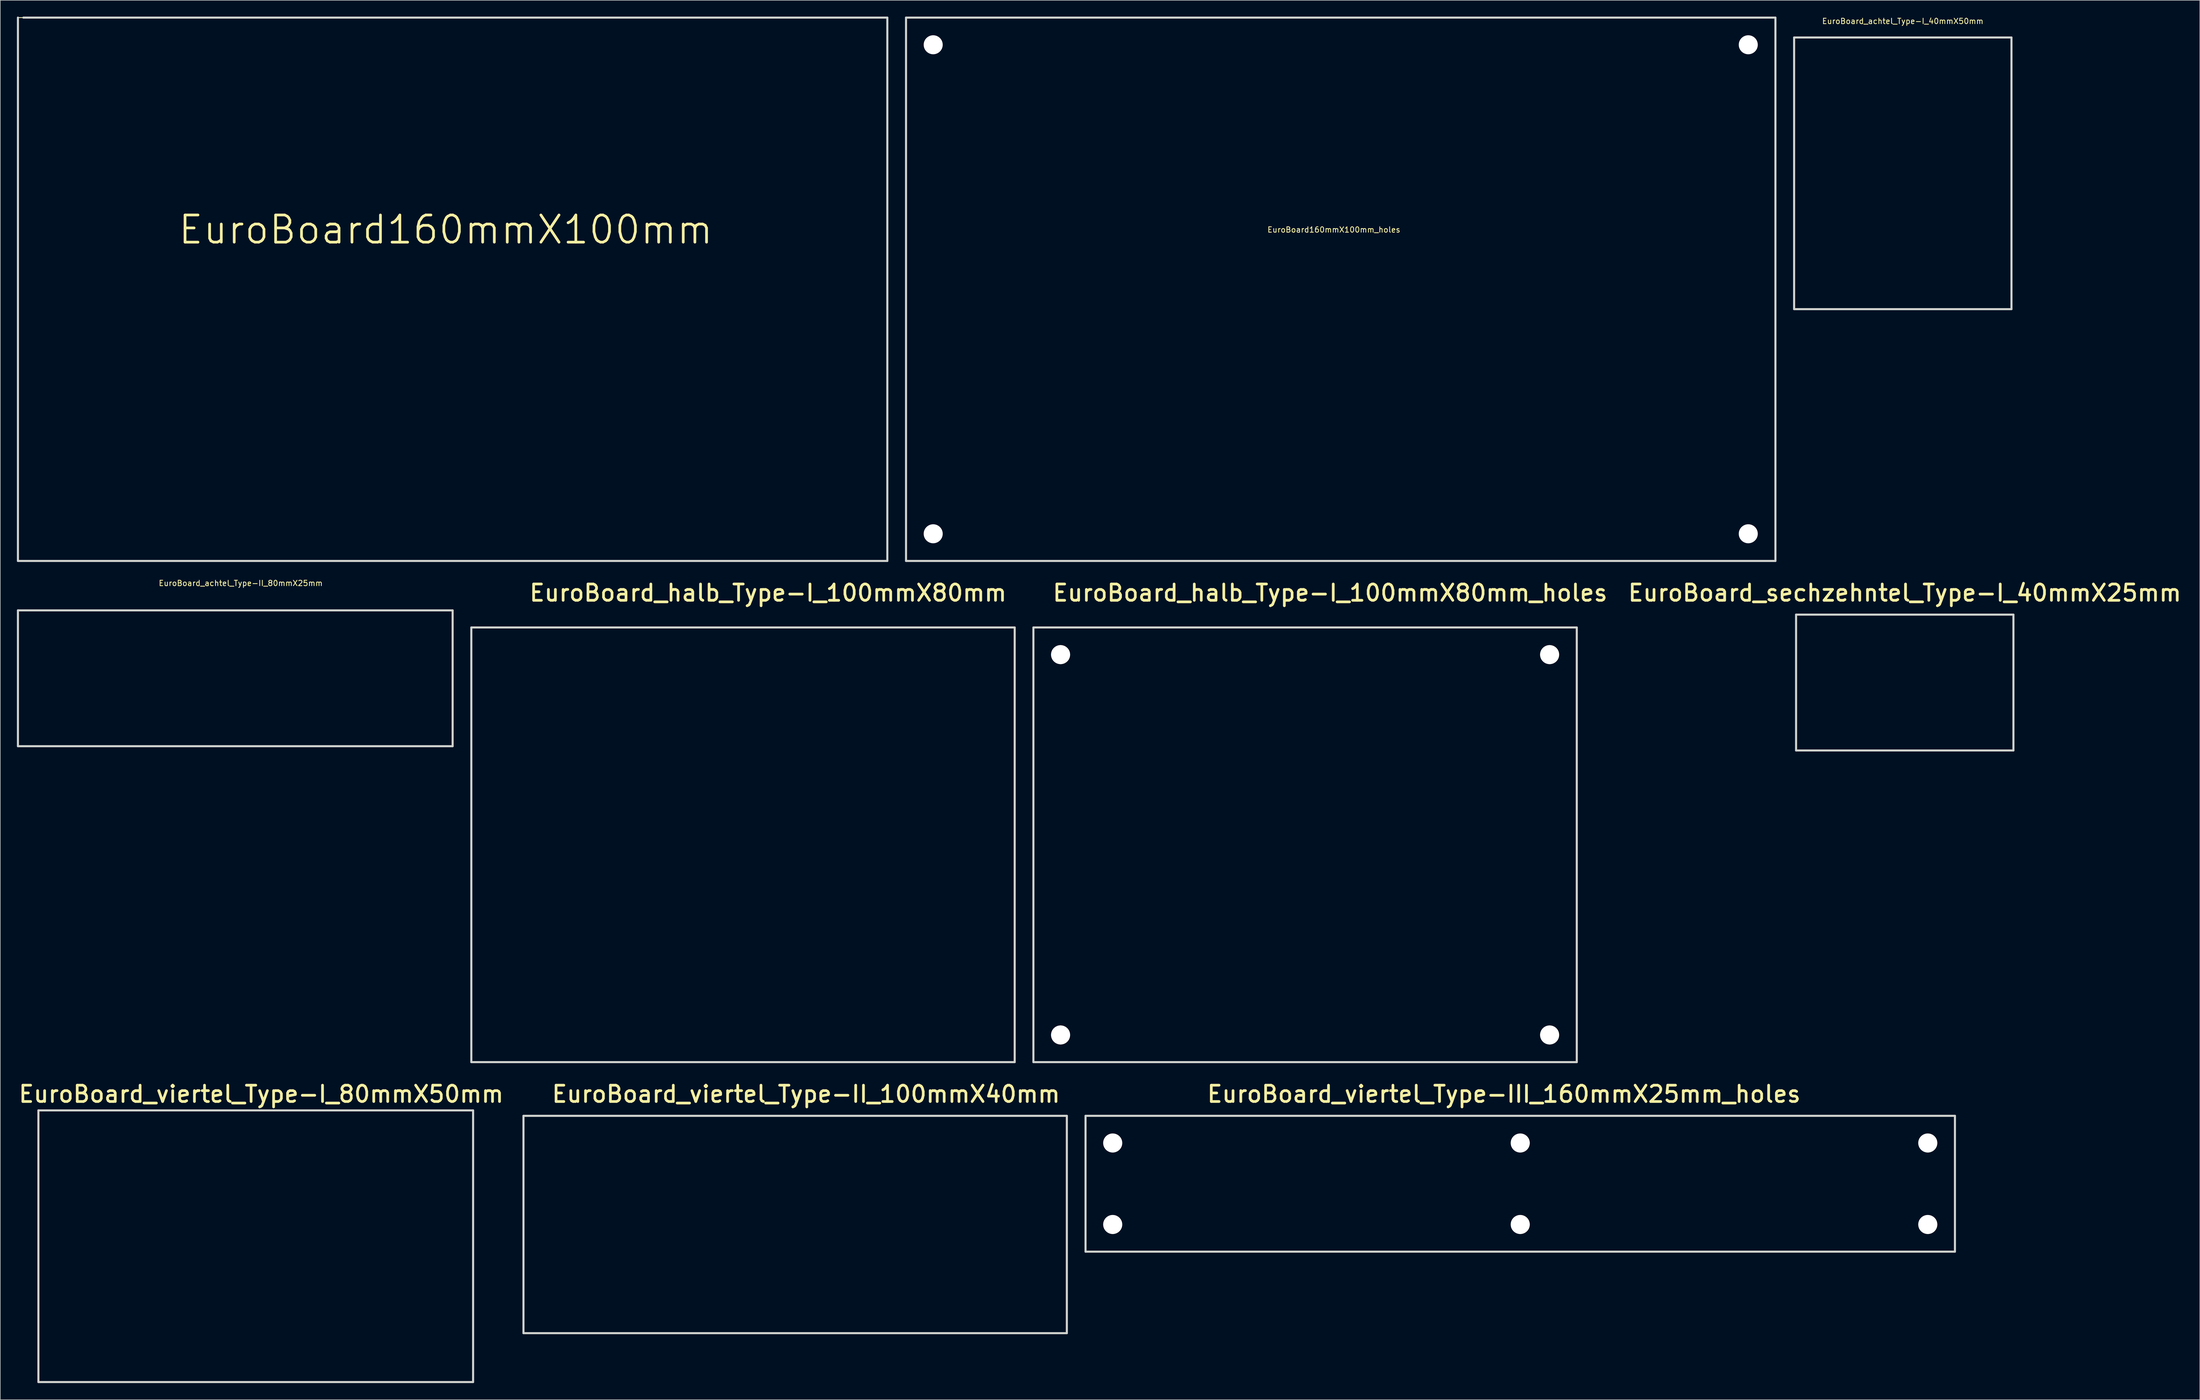
<source format=kicad_pcb>
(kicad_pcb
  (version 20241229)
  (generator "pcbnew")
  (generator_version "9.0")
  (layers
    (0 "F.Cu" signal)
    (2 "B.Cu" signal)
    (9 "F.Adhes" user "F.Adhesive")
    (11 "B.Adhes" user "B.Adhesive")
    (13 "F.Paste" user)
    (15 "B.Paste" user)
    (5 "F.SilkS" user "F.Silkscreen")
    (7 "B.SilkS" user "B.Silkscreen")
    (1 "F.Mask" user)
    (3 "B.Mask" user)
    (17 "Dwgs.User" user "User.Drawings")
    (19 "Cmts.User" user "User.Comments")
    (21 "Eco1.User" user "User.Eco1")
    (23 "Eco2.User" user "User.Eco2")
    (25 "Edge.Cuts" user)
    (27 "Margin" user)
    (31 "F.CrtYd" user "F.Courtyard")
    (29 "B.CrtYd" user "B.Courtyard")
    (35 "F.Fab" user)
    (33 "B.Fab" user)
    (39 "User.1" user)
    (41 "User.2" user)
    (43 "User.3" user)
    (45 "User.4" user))
  (footprint "EuroBoard_viertel_Type-III_160mmX25mm_holes"
    (layer "F.Cu")
    (at 196.727 227.316)
    (property "Reference" "EuroBoard_viertel_Type-III_160mmX25mm_holes" (at 77 -28.999 0) (layer "F.SilkS") (effects (font (size 3 3) (thickness 0.5))))
    (attr through_hole)
    (fp_line (start 0 -25.001) (end 0 0) (stroke (width 0.381) (type solid)) (layer "Edge.Cuts"))
    (fp_line (start 0 0) (end 160 0) (stroke (width 0.381) (type solid)) (layer "Edge.Cuts"))
    (fp_line (start 160 -25.001) (end 0 -25.001) (stroke (width 0.381) (type solid)) (layer "Edge.Cuts"))
    (fp_line (start 160 0) (end 160 -25.001) (stroke (width 0.381) (type solid)) (layer "Edge.Cuts"))
    (pad "" np_thru_hole circle (at 5.001 -20) (size 3.5 3.5) (drill 3.5) (layers "*.Cu" "*.Mask" "F.SilkS"))
    (pad "" np_thru_hole circle (at 5.001 -5.001) (size 3.5 3.5) (drill 3.5) (layers "*.Cu" "*.Mask" "F.SilkS"))
    (pad "" np_thru_hole circle (at 80 -20) (size 3.5 3.5) (drill 3.5) (layers "*.Cu" "*.Mask" "F.SilkS"))
    (pad "" np_thru_hole circle (at 80 -5.001) (size 3.5 3.5) (drill 3.5) (layers "*.Cu" "*.Mask" "F.SilkS"))
    (pad "" np_thru_hole circle (at 155.001 -20) (size 3.5 3.5) (drill 3.5) (layers "*.Cu" "*.Mask" "F.SilkS"))
    (pad "" np_thru_hole circle (at 155.001 -5.001) (size 3.5 3.5) (drill 3.5) (layers "*.Cu" "*.Mask" "F.SilkS")))
  (footprint "EuroBoard_halb_Type-I_100mmX80mm"
    (layer "F.Cu")
    (at 83.69 192.433)
    (property "Reference" "EuroBoard_halb_Type-I_100mmX80mm" (at 54.61 -86.36 0) (layer "F.SilkS") (effects (font (size 3 3) (thickness 0.5))))
    (attr through_hole)
    (fp_line (start 0 -80) (end 100 -80) (stroke (width 0.381) (type solid)) (layer "Edge.Cuts"))
    (fp_line (start 0 0) (end 0 -80) (stroke (width 0.381) (type solid)) (layer "Edge.Cuts"))
    (fp_line (start 100 -80) (end 100 0) (stroke (width 0.381) (type solid)) (layer "Edge.Cuts"))
    (fp_line (start 100 0) (end 0 0) (stroke (width 0.381) (type solid)) (layer "Edge.Cuts")))
  (footprint "EuroBoard_achtel_Type-I_40mmX50mm"
    (layer "F.Cu")
    (at 327.13 53.848)
    (property "Reference" "EuroBoard_achtel_Type-I_40mmX50mm" (at 20 -53 0) (layer "F.SilkS") (effects (font (size 1 1) (thickness 0.15))))
    (attr through_hole)
    (fp_line (start 0 -50) (end 0 0) (stroke (width 0.381) (type solid)) (layer "Edge.Cuts"))
    (fp_line (start 0 0) (end 40 0) (stroke (width 0.381) (type solid)) (layer "Edge.Cuts"))
    (fp_line (start 40 -50) (end 0 -50) (stroke (width 0.381) (type solid)) (layer "Edge.Cuts"))
    (fp_line (start 40 0) (end 40 -50) (stroke (width 0.381) (type solid)) (layer "Edge.Cuts")))
  (footprint "EuroBoard_viertel_Type-II_100mmX40mm"
    (layer "F.Cu")
    (at 93.286 242.317)
    (property "Reference" "EuroBoard_viertel_Type-II_100mmX40mm" (at 51.999 -44 0) (layer "F.SilkS") (effects (font (size 3 3) (thickness 0.5))))
    (attr through_hole)
    (fp_line (start 0 -40) (end 0 0) (stroke (width 0.381) (type solid)) (layer "Edge.Cuts"))
    (fp_line (start 0 0) (end 100 0) (stroke (width 0.381) (type solid)) (layer "Edge.Cuts"))
    (fp_line (start 100 -40) (end 0 -40) (stroke (width 0.381) (type solid)) (layer "Edge.Cuts"))
    (fp_line (start 100 0) (end 100 -40) (stroke (width 0.381) (type solid)) (layer "Edge.Cuts")))
  (footprint "EuroBoard_achtel_Type-II_80mmX25mm"
    (layer "F.Cu")
    (at 0.25 134.288)
    (property "Reference" "EuroBoard_achtel_Type-II_80mmX25mm" (at 41.001 -30 0) (layer "F.SilkS") (effects (font (size 1 1) (thickness 0.15))))
    (attr through_hole)
    (fp_line (start 0 -25.001) (end 0 0) (stroke (width 0.381) (type solid)) (layer "Edge.Cuts"))
    (fp_line (start 0 0) (end 80 0) (stroke (width 0.381) (type solid)) (layer "Edge.Cuts"))
    (fp_line (start 80 -25.001) (end 0 -25.001) (stroke (width 0.381) (type solid)) (layer "Edge.Cuts"))
    (fp_line (start 80 0) (end 80 -25.001) (stroke (width 0.381) (type solid)) (layer "Edge.Cuts")))
  (footprint "EuroBoard_sechzehntel_Type-I_40mmX25mm"
    (layer "F.Cu")
    (at 327.49 135.072)
    (property "Reference" "EuroBoard_sechzehntel_Type-I_40mmX25mm" (at 20 -28.999 0) (layer "F.SilkS") (effects (font (size 3 3) (thickness 0.5))))
    (attr through_hole)
    (fp_line (start 0 -25.001) (end 0 0) (stroke (width 0.381) (type solid)) (layer "Edge.Cuts"))
    (fp_line (start 0 0) (end 40 0) (stroke (width 0.381) (type solid)) (layer "Edge.Cuts"))
    (fp_line (start 40 -25.001) (end 0 -25.001) (stroke (width 0.381) (type solid)) (layer "Edge.Cuts"))
    (fp_line (start 40 0) (end 40 -25.001) (stroke (width 0.381) (type solid)) (layer "Edge.Cuts")))
  (footprint "EuroBoard160mmX100mm_holes"
    (layer "F.Cu")
    (at 163.69 100.19)
    (property "Reference" "EuroBoard160mmX100mm_holes" (at 78.74 -60.96 0) (layer "F.SilkS") (effects (font (size 1 1) (thickness 0.15))))
    (attr through_hole)
    (fp_line (start 0 -100) (end 0 0) (stroke (width 0.381) (type solid)) (layer "Edge.Cuts"))
    (fp_line (start 0 0) (end 160 0) (stroke (width 0.381) (type solid)) (layer "Edge.Cuts"))
    (fp_line (start 160 -100) (end 0 -100) (stroke (width 0.381) (type solid)) (layer "Edge.Cuts"))
    (fp_line (start 160 0) (end 160 -100) (stroke (width 0.381) (type solid)) (layer "Edge.Cuts"))
    (pad "" np_thru_hole circle (at 5.001 -95.001) (size 3.5 3.5) (drill 3.5) (layers "*.Cu" "*.Mask"))
    (pad "" np_thru_hole circle (at 5.001 -5.001) (size 3.5 3.5) (drill 3.5) (layers "*.Cu" "*.Mask"))
    (pad "" np_thru_hole circle (at 155.001 -95.001) (size 3.5 3.5) (drill 3.5) (layers "*.Cu" "*.Mask"))
    (pad "" np_thru_hole circle (at 155.001 -5.001) (size 3.5 3.5) (drill 3.5) (layers "*.Cu" "*.Mask")))
  (footprint "EuroBoard160mmX100mm"
    (layer "F.Cu")
    (at 0.25 100.19)
    (property "Reference" "EuroBoard160mmX100mm" (at 78.74 -60.96 0) (layer "F.SilkS") (effects (font (size 5.001 5.001) (thickness 0.5))))
    (attr through_hole)
    (fp_line (start 1.001 -100) (end 0 -100) (stroke (width 0.15) (type solid)) (layer "F.SilkS"))
    (fp_line (start 0 -100) (end 0 0) (stroke (width 0.381) (type solid)) (layer "Edge.Cuts"))
    (fp_line (start 0 0) (end 160 0) (stroke (width 0.381) (type solid)) (layer "Edge.Cuts"))
    (fp_line (start 160 -100) (end 1.001 -100) (stroke (width 0.381) (type solid)) (layer "Edge.Cuts"))
    (fp_line (start 160 0) (end 160 -100) (stroke (width 0.381) (type solid)) (layer "Edge.Cuts")))
  (footprint "EuroBoard_halb_Type-I_100mmX80mm_holes"
    (layer "F.Cu")
    (at 187.131 192.433)
    (property "Reference" "EuroBoard_halb_Type-I_100mmX80mm_holes" (at 54.61 -86.36 0) (layer "F.SilkS") (effects (font (size 3 3) (thickness 0.5))))
    (attr through_hole)
    (fp_line (start 0 -80) (end 100 -80) (stroke (width 0.381) (type solid)) (layer "Edge.Cuts"))
    (fp_line (start 0 0) (end 0 -80) (stroke (width 0.381) (type solid)) (layer "Edge.Cuts"))
    (fp_line (start 100 -80) (end 100 0) (stroke (width 0.381) (type solid)) (layer "Edge.Cuts"))
    (fp_line (start 100 0) (end 0 0) (stroke (width 0.381) (type solid)) (layer "Edge.Cuts"))
    (pad "" np_thru_hole circle (at 5.001 -75.001) (size 3.5 3.5) (drill 3.5) (layers "*.Cu" "*.Mask" "F.SilkS"))
    (pad "" np_thru_hole circle (at 5.001 -5.001) (size 3.5 3.5) (drill 3.5) (layers "*.Cu" "*.Mask" "F.SilkS"))
    (pad "" np_thru_hole circle (at 95.001 -75.001) (size 3.5 3.5) (drill 3.5) (layers "*.Cu" "*.Mask" "F.SilkS"))
    (pad "" np_thru_hole circle (at 95.001 -5.001) (size 3.5 3.5) (drill 3.5) (layers "*.Cu" "*.Mask" "F.SilkS")))
  (footprint "EuroBoard_viertel_Type-I_80mmX50mm"
    (layer "F.Cu")
    (at 4.017 251.316)
    (property "Reference" "EuroBoard_viertel_Type-I_80mmX50mm" (at 41.001 -53 0) (layer "F.SilkS") (effects (font (size 3 3) (thickness 0.5))))
    (attr through_hole)
    (fp_line (start 0 -50) (end 80 -50) (stroke (width 0.381) (type solid)) (layer "Edge.Cuts"))
    (fp_line (start 0 0) (end 0 -50) (stroke (width 0.381) (type solid)) (layer "Edge.Cuts"))
    (fp_line (start 80 -50) (end 80 0) (stroke (width 0.381) (type solid)) (layer "Edge.Cuts"))
    (fp_line (start 80 0) (end 0 0) (stroke (width 0.381) (type solid)) (layer "Edge.Cuts")))
  (gr_rect
    (start -3 -3)
    (end 401.793 254.566)
    (stroke (width 0.1) (type default))
    (fill no)
    (layer "Edge.Cuts")))
</source>
